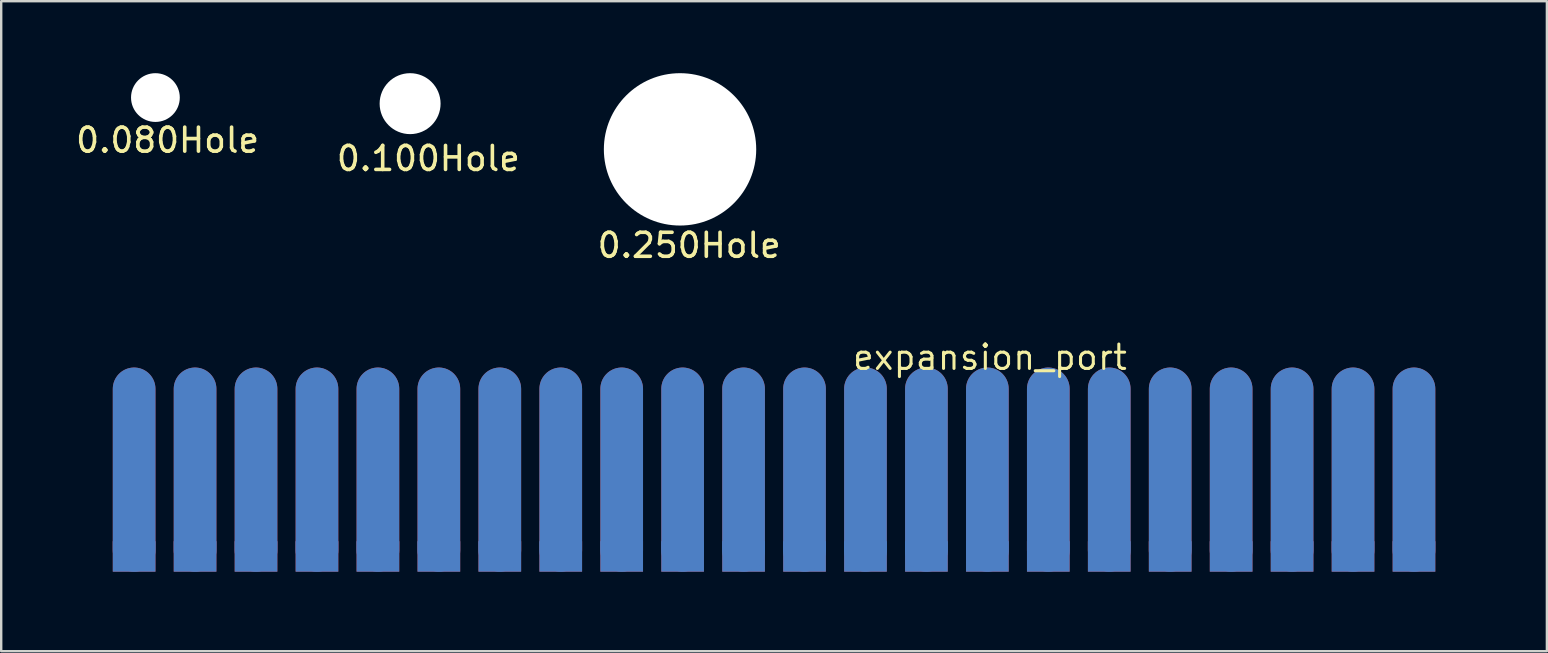
<source format=kicad_pcb>
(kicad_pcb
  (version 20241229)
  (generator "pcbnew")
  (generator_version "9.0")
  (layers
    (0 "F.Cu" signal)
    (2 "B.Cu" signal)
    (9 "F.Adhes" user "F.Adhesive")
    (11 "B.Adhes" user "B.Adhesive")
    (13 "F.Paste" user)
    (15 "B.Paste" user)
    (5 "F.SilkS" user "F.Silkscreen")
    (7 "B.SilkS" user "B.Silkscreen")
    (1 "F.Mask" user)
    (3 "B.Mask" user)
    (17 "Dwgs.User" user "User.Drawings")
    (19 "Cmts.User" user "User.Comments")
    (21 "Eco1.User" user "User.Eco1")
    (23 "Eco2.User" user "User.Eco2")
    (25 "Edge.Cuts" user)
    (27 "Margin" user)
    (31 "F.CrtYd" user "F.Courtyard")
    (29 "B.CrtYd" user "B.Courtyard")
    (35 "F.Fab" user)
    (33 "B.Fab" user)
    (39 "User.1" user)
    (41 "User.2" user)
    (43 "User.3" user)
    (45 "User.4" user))
  (footprint "0.250Hole"
    (layer "F.Cu")
    (at 25.292 3.175)
    (property "Reference" "0.250Hole" (at 0.381 4 0) (unlocked yes) (layer "F.SilkS") (effects (font (size 1 1) (thickness 0.15))))
    (attr through_hole)
    (pad "" np_thru_hole circle (at 0 0) (size 6.35 6.35) (drill 6.35) (layers "*.Cu" "*.Mask")))
  (footprint "0.100Hole"
    (layer "F.Cu")
    (at 14.042 1.27)
    (property "Reference" "0.100Hole" (at 0.762 2.286 0) (unlocked yes) (layer "F.SilkS") (effects (font (size 1 1) (thickness 0.15))))
    (attr through_hole)
    (pad "" np_thru_hole circle (at 0 0) (size 2.54 2.54) (drill 2.54) (layers "*.Cu" "*.Mask")))
  (footprint "0.080Hole"
    (layer "F.Cu")
    (at 3.427 1.016)
    (property "Reference" "0.080Hole" (at 0.508 1.778 0) (unlocked yes) (layer "F.SilkS") (effects (font (size 1 1) (thickness 0.15))))
    (attr through_hole)
    (pad "" np_thru_hole circle (at 0 0) (size 2.032 2.032) (drill 2.032) (layers "*.Cu" "*.Mask")))
  (footprint "expansion_port"
    (layer "F.Cu")
    (at 29.21 20.84)
    (property "Reference" "expansion_port" (at 8.999 -8.999 0) (layer "F.SilkS") (effects (font (size 1.016 1.016) (thickness 0.127))))
    (attr through_hole)
    (fp_poly (pts (xy -27.559 -1.333) (xy -25.781 -1.333) (xy -25.781 -0.064) (xy -27.559 -0.064)) (stroke (width 0) (type solid)) (fill yes) (layer "F.Cu"))
    (fp_poly (pts (xy -25.019 -1.333) (xy -23.241 -1.333) (xy -23.241 -0.064) (xy -25.019 -0.064)) (stroke (width 0) (type solid)) (fill yes) (layer "F.Cu"))
    (fp_poly (pts (xy -22.479 -1.333) (xy -20.701 -1.333) (xy -20.701 -0.064) (xy -22.479 -0.064)) (stroke (width 0) (type solid)) (fill yes) (layer "F.Cu"))
    (fp_poly (pts (xy -19.939 -1.333) (xy -18.161 -1.333) (xy -18.161 -0.064) (xy -19.939 -0.064)) (stroke (width 0) (type solid)) (fill yes) (layer "F.Cu"))
    (fp_poly (pts (xy -17.399 -1.333) (xy -15.621 -1.333) (xy -15.621 -0.064) (xy -17.399 -0.064)) (stroke (width 0) (type solid)) (fill yes) (layer "F.Cu"))
    (fp_poly (pts (xy -14.859 -1.333) (xy -13.081 -1.333) (xy -13.081 -0.064) (xy -14.859 -0.064)) (stroke (width 0) (type solid)) (fill yes) (layer "F.Cu"))
    (fp_poly (pts (xy -12.319 -1.333) (xy -10.541 -1.333) (xy -10.541 -0.064) (xy -12.319 -0.064)) (stroke (width 0) (type solid)) (fill yes) (layer "F.Cu"))
    (fp_poly (pts (xy -9.779 -1.333) (xy -8.001 -1.333) (xy -8.001 -0.064) (xy -9.779 -0.064)) (stroke (width 0) (type solid)) (fill yes) (layer "F.Cu"))
    (fp_poly (pts (xy -7.239 -1.333) (xy -5.461 -1.333) (xy -5.461 -0.064) (xy -7.239 -0.064)) (stroke (width 0) (type solid)) (fill yes) (layer "F.Cu"))
    (fp_poly (pts (xy -4.699 -1.333) (xy -2.921 -1.333) (xy -2.921 -0.064) (xy -4.699 -0.064)) (stroke (width 0) (type solid)) (fill yes) (layer "F.Cu"))
    (fp_poly (pts (xy -2.159 -1.333) (xy -0.381 -1.333) (xy -0.381 -0.064) (xy -2.159 -0.064)) (stroke (width 0) (type solid)) (fill yes) (layer "F.Cu"))
    (fp_poly (pts (xy 0.381 -1.333) (xy 2.159 -1.333) (xy 2.159 -0.064) (xy 0.381 -0.064)) (stroke (width 0) (type solid)) (fill yes) (layer "F.Cu"))
    (fp_poly (pts (xy 2.921 -1.333) (xy 4.699 -1.333) (xy 4.699 -0.064) (xy 2.921 -0.064)) (stroke (width 0) (type solid)) (fill yes) (layer "F.Cu"))
    (fp_poly (pts (xy 5.461 -1.333) (xy 7.239 -1.333) (xy 7.239 -0.064) (xy 5.461 -0.064)) (stroke (width 0) (type solid)) (fill yes) (layer "F.Cu"))
    (fp_poly (pts (xy 8.001 -1.333) (xy 9.779 -1.333) (xy 9.779 -0.064) (xy 8.001 -0.064)) (stroke (width 0) (type solid)) (fill yes) (layer "F.Cu"))
    (fp_poly (pts (xy 10.541 -1.333) (xy 12.319 -1.333) (xy 12.319 -0.064) (xy 10.541 -0.064)) (stroke (width 0) (type solid)) (fill yes) (layer "F.Cu"))
    (fp_poly (pts (xy 13.081 -1.333) (xy 14.859 -1.333) (xy 14.859 -0.064) (xy 13.081 -0.064)) (stroke (width 0) (type solid)) (fill yes) (layer "F.Cu"))
    (fp_poly (pts (xy 15.621 -1.333) (xy 17.399 -1.333) (xy 17.399 -0.064) (xy 15.621 -0.064)) (stroke (width 0) (type solid)) (fill yes) (layer "F.Cu"))
    (fp_poly (pts (xy 18.161 -1.333) (xy 19.939 -1.333) (xy 19.939 -0.064) (xy 18.161 -0.064)) (stroke (width 0) (type solid)) (fill yes) (layer "F.Cu"))
    (fp_poly (pts (xy 20.701 -1.333) (xy 22.479 -1.333) (xy 22.479 -0.064) (xy 20.701 -0.064)) (stroke (width 0) (type solid)) (fill yes) (layer "F.Cu"))
    (fp_poly (pts (xy 23.241 -1.333) (xy 25.019 -1.333) (xy 25.019 -0.064) (xy 23.241 -0.064)) (stroke (width 0) (type solid)) (fill yes) (layer "F.Cu"))
    (fp_poly (pts (xy 25.781 -1.333) (xy 27.559 -1.333) (xy 27.559 -0.064) (xy 25.781 -0.064)) (stroke (width 0) (type solid)) (fill yes) (layer "F.Cu"))
    (fp_poly (pts (xy -27.559 -1.333) (xy -25.781 -1.333) (xy -25.781 -0.064) (xy -27.559 -0.064)) (stroke (width 0) (type solid)) (fill yes) (layer "B.Cu"))
    (fp_poly (pts (xy -25.019 -1.333) (xy -23.241 -1.333) (xy -23.241 -0.064) (xy -25.019 -0.064)) (stroke (width 0) (type solid)) (fill yes) (layer "B.Cu"))
    (fp_poly (pts (xy -22.479 -1.333) (xy -20.701 -1.333) (xy -20.701 -0.064) (xy -22.479 -0.064)) (stroke (width 0) (type solid)) (fill yes) (layer "B.Cu"))
    (fp_poly (pts (xy -19.939 -1.333) (xy -18.161 -1.333) (xy -18.161 -0.064) (xy -19.939 -0.064)) (stroke (width 0) (type solid)) (fill yes) (layer "B.Cu"))
    (fp_poly (pts (xy -17.399 -1.333) (xy -15.621 -1.333) (xy -15.621 -0.064) (xy -17.399 -0.064)) (stroke (width 0) (type solid)) (fill yes) (layer "B.Cu"))
    (fp_poly (pts (xy -14.859 -1.333) (xy -13.081 -1.333) (xy -13.081 -0.064) (xy -14.859 -0.064)) (stroke (width 0) (type solid)) (fill yes) (layer "B.Cu"))
    (fp_poly (pts (xy -12.319 -1.333) (xy -10.541 -1.333) (xy -10.541 -0.064) (xy -12.319 -0.064)) (stroke (width 0) (type solid)) (fill yes) (layer "B.Cu"))
    (fp_poly (pts (xy -9.779 -1.333) (xy -8.001 -1.333) (xy -8.001 -0.064) (xy -9.779 -0.064)) (stroke (width 0) (type solid)) (fill yes) (layer "B.Cu"))
    (fp_poly (pts (xy -7.239 -1.333) (xy -5.461 -1.333) (xy -5.461 -0.064) (xy -7.239 -0.064)) (stroke (width 0) (type solid)) (fill yes) (layer "B.Cu"))
    (fp_poly (pts (xy -4.699 -1.333) (xy -2.921 -1.333) (xy -2.921 -0.064) (xy -4.699 -0.064)) (stroke (width 0) (type solid)) (fill yes) (layer "B.Cu"))
    (fp_poly (pts (xy -2.159 -1.333) (xy -0.381 -1.333) (xy -0.381 -0.064) (xy -2.159 -0.064)) (stroke (width 0) (type solid)) (fill yes) (layer "B.Cu"))
    (fp_poly (pts (xy 0.381 -1.333) (xy 2.159 -1.333) (xy 2.159 -0.064) (xy 0.381 -0.064)) (stroke (width 0) (type solid)) (fill yes) (layer "B.Cu"))
    (fp_poly (pts (xy 2.921 -1.333) (xy 4.699 -1.333) (xy 4.699 -0.064) (xy 2.921 -0.064)) (stroke (width 0) (type solid)) (fill yes) (layer "B.Cu"))
    (fp_poly (pts (xy 5.461 -1.333) (xy 7.239 -1.333) (xy 7.239 -0.064) (xy 5.461 -0.064)) (stroke (width 0) (type solid)) (fill yes) (layer "B.Cu"))
    (fp_poly (pts (xy 8.001 -1.333) (xy 9.779 -1.333) (xy 9.779 -0.064) (xy 8.001 -0.064)) (stroke (width 0) (type solid)) (fill yes) (layer "B.Cu"))
    (fp_poly (pts (xy 10.541 -1.333) (xy 12.319 -1.333) (xy 12.319 -0.064) (xy 10.541 -0.064)) (stroke (width 0) (type solid)) (fill yes) (layer "B.Cu"))
    (fp_poly (pts (xy 13.081 -1.333) (xy 14.859 -1.333) (xy 14.859 -0.064) (xy 13.081 -0.064)) (stroke (width 0) (type solid)) (fill yes) (layer "B.Cu"))
    (fp_poly (pts (xy 15.621 -1.333) (xy 17.399 -1.333) (xy 17.399 -0.064) (xy 15.621 -0.064)) (stroke (width 0) (type solid)) (fill yes) (layer "B.Cu"))
    (fp_poly (pts (xy 18.161 -1.333) (xy 19.939 -1.333) (xy 19.939 -0.064) (xy 18.161 -0.064)) (stroke (width 0) (type solid)) (fill yes) (layer "B.Cu"))
    (fp_poly (pts (xy 20.701 -1.333) (xy 22.479 -1.333) (xy 22.479 -0.064) (xy 20.701 -0.064)) (stroke (width 0) (type solid)) (fill yes) (layer "B.Cu"))
    (fp_poly (pts (xy 23.241 -1.333) (xy 25.019 -1.333) (xy 25.019 -0.064) (xy 23.241 -0.064)) (stroke (width 0) (type solid)) (fill yes) (layer "B.Cu"))
    (fp_poly (pts (xy 25.781 -1.333) (xy 27.559 -1.333) (xy 27.559 -0.064) (xy 25.781 -0.064)) (stroke (width 0) (type solid)) (fill yes) (layer "B.Cu"))
    (pad "" smd rect (at 0 -3.78) (size 58.42 7.62) (layers "*.Mask"))
    (pad "1" smd oval (at -26.67 -4.318) (size 1.778 8.509) (layers "F.Cu"))
    (pad "2" smd oval (at -24.13 -4.318) (size 1.778 8.509) (layers "F.Cu"))
    (pad "3" smd oval (at -21.59 -4.318) (size 1.778 8.509) (layers "F.Cu"))
    (pad "4" smd oval (at -19.05 -4.318) (size 1.778 8.509) (layers "F.Cu"))
    (pad "5" smd oval (at -16.51 -4.318) (size 1.778 8.509) (layers "F.Cu"))
    (pad "6" smd oval (at -13.97 -4.318) (size 1.778 8.509) (layers "F.Cu"))
    (pad "7" smd oval (at -11.43 -4.318) (size 1.778 8.509) (layers "F.Cu"))
    (pad "8" smd oval (at -8.89 -4.318) (size 1.778 8.509) (layers "F.Cu"))
    (pad "9" smd oval (at -6.35 -4.318) (size 1.778 8.509) (layers "F.Cu"))
    (pad "10" smd oval (at -3.81 -4.318) (size 1.778 8.509) (layers "F.Cu"))
    (pad "11" smd oval (at -1.27 -4.318) (size 1.778 8.509) (layers "F.Cu"))
    (pad "12" smd oval (at 1.27 -4.318) (size 1.778 8.509) (layers "F.Cu"))
    (pad "13" smd oval (at 3.81 -4.318) (size 1.778 8.509) (layers "F.Cu"))
    (pad "14" smd oval (at 6.35 -4.318) (size 1.778 8.509) (layers "F.Cu"))
    (pad "15" smd oval (at 8.89 -4.318) (size 1.778 8.509) (layers "F.Cu"))
    (pad "16" smd oval (at 11.43 -4.318) (size 1.778 8.509) (layers "F.Cu"))
    (pad "17" smd oval (at 13.97 -4.318) (size 1.778 8.509) (layers "F.Cu"))
    (pad "18" smd oval (at 16.51 -4.318) (size 1.778 8.509) (layers "F.Cu"))
    (pad "19" smd oval (at 19.05 -4.318) (size 1.778 8.509) (layers "F.Cu"))
    (pad "20" smd oval (at 21.59 -4.318) (size 1.778 8.509) (layers "F.Cu"))
    (pad "21" smd oval (at 24.13 -4.318) (size 1.778 8.509) (layers "F.Cu"))
    (pad "22" smd oval (at 26.67 -4.318) (size 1.778 8.509) (layers "F.Cu"))
    (pad "A" smd oval (at -26.67 -4.318) (size 1.778 8.509) (layers "B.Cu"))
    (pad "B" smd oval (at -24.13 -4.318) (size 1.778 8.509) (layers "B.Cu"))
    (pad "C" smd oval (at -21.59 -4.318) (size 1.778 8.509) (layers "B.Cu"))
    (pad "D" smd oval (at -19.05 -4.318) (size 1.778 8.509) (layers "B.Cu"))
    (pad "E" smd oval (at -16.51 -4.318) (size 1.778 8.509) (layers "B.Cu"))
    (pad "F" smd oval (at -13.97 -4.318) (size 1.778 8.509) (layers "B.Cu"))
    (pad "H" smd oval (at -11.43 -4.318) (size 1.778 8.509) (layers "B.Cu"))
    (pad "J" smd oval (at -8.89 -4.318) (size 1.778 8.509) (layers "B.Cu"))
    (pad "K" smd oval (at -6.35 -4.318) (size 1.778 8.509) (layers "B.Cu"))
    (pad "L" smd oval (at -3.81 -4.318) (size 1.778 8.509) (layers "B.Cu"))
    (pad "M" smd oval (at -1.27 -4.318) (size 1.778 8.509) (layers "B.Cu"))
    (pad "N" smd oval (at 1.27 -4.318) (size 1.778 8.509) (layers "B.Cu"))
    (pad "P" smd oval (at 3.81 -4.318) (size 1.778 8.509) (layers "B.Cu"))
    (pad "R" smd oval (at 6.35 -4.318) (size 1.778 8.509) (layers "B.Cu"))
    (pad "S" smd oval (at 8.89 -4.318) (size 1.778 8.509) (layers "B.Cu"))
    (pad "T" smd oval (at 11.43 -4.318) (size 1.778 8.509) (layers "B.Cu"))
    (pad "U" smd oval (at 13.97 -4.318) (size 1.778 8.509) (layers "B.Cu"))
    (pad "V" smd oval (at 16.51 -4.318) (size 1.778 8.509) (layers "B.Cu"))
    (pad "W" smd oval (at 19.05 -4.318) (size 1.778 8.509) (layers "B.Cu"))
    (pad "X" smd oval (at 21.59 -4.318) (size 1.778 8.509) (layers "B.Cu"))
    (pad "Y" smd oval (at 24.13 -4.318) (size 1.778 8.509) (layers "B.Cu"))
    (pad "Z" smd oval (at 26.67 -4.318) (size 1.778 8.509) (layers "B.Cu")))
  (gr_rect
    (start -3 -3)
    (end 61.42 24.09)
    (stroke (width 0.1) (type default))
    (fill no)
    (layer "Edge.Cuts")))
</source>
